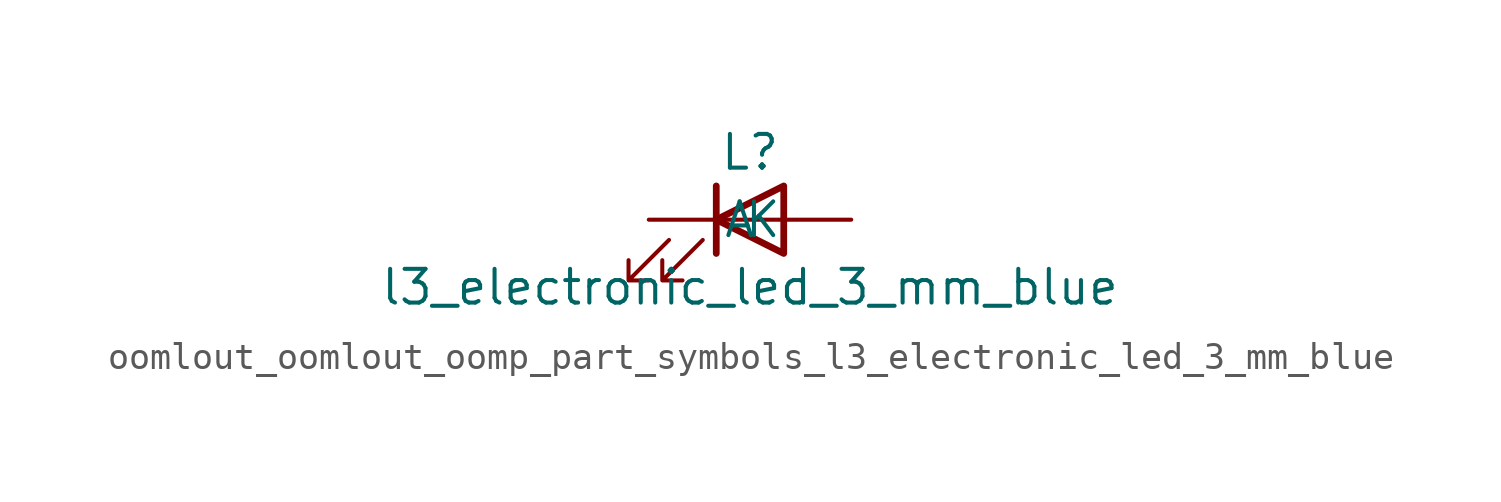
<source format=kicad_sym>
(kicad_symbol_lib
  (version 20220914)
  (generator kicad_symbol_editor)
  (symbol "oomlout_oomlout_oomp_part_symbols_l3_electronic_led_3_mm_blue"
    (pin_numbers hide)
    (pin_names
      (offset 1.016))
    (property "Reference" "L"
      (at 0 2.54 0)
      (effects (font (size 1.27 1.27))))
    (property "Value" "l3_electronic_led_3_mm_blue"
      (at 0 -2.54 0)
      (effects (font (size 1.27 1.27))))
    (symbol "oomlout_oomlout_oomp_part_symbols_l3_electronic_led_3_mm_blue_0_1"
      (polyline (pts (xy -1.27 -1.27) (xy -1.27 1.27)) (stroke (width 0.254) (type default)) (fill (type none)))
      (polyline (pts (xy -1.27 0) (xy 1.27 0)) (stroke (width 0) (type default)) (fill (type none)))
      (polyline (pts (xy 1.27 -1.27) (xy 1.27 1.27) (xy -1.27 0) (xy 1.27 -1.27)) (stroke (width 0.254) (type default)) (fill (type none)))
      (polyline (pts (xy -3.048 -0.762) (xy -4.572 -2.286) (xy -3.81 -2.286) (xy -4.572 -2.286) (xy -4.572 -1.524)) (stroke (width 0) (type default)) (fill (type none)))
      (polyline (pts (xy -1.778 -0.762) (xy -3.302 -2.286) (xy -2.54 -2.286) (xy -3.302 -2.286) (xy -3.302 -1.524)) (stroke (width 0) (type default)) (fill (type none))))
    (symbol "oomlout_oomlout_oomp_part_symbols_l3_electronic_led_3_mm_blue_1_1"
      (pin passive line (at -3.81 0 0) (length 2.54) (name "K" (effects (font (size 1.27 1.27)))) (number "1" (effects (font (size 1.27 1.27)))))
      (pin passive line (at 3.81 0 180) (length 2.54) (name "A" (effects (font (size 1.27 1.27)))) (number "2" (effects (font (size 1.27 1.27))))))))
</source>
